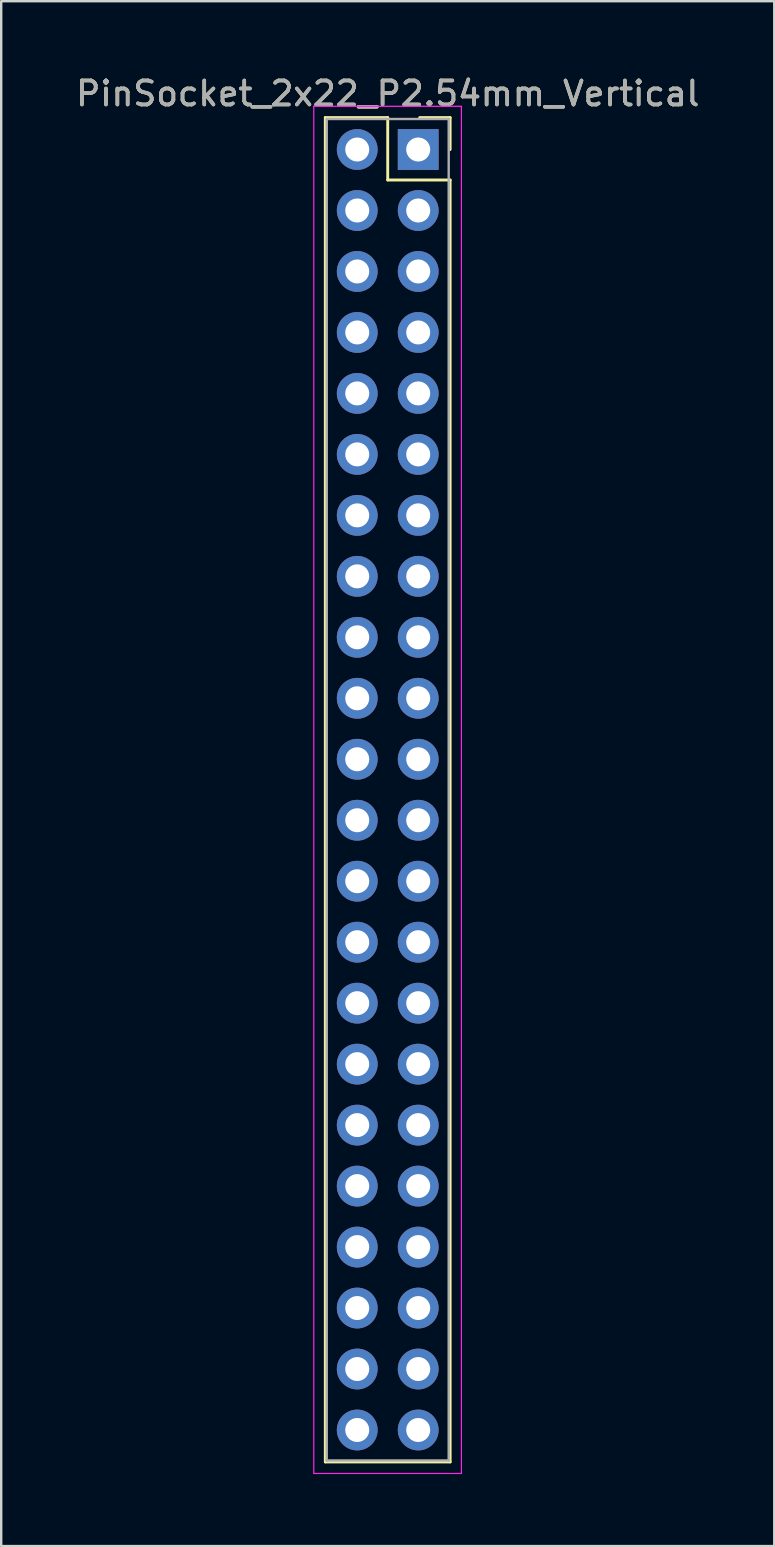
<source format=kicad_pcb>
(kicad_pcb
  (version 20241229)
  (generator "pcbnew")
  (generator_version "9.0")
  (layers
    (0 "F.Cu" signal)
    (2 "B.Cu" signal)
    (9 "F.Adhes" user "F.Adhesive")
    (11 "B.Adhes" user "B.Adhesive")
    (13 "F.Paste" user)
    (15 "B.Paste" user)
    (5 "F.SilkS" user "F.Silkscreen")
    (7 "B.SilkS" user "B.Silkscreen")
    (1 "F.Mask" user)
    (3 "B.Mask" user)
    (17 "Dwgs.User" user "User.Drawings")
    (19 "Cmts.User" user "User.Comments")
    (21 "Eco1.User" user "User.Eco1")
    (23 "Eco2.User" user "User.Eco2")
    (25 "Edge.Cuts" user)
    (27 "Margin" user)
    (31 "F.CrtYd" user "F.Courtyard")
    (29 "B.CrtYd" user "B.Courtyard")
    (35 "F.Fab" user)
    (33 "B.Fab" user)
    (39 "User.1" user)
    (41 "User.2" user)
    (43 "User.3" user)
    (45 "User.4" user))
  (footprint "PinSocket_2x22_P2.54mm_Vertical"
    (layer "F.Cu")
    (at 14.371 3.178)
    (property "Reference" "PinSocket_2x22_P2.54mm_Vertical" (at -1.27 -2.33 0) (layer "F.SilkS") (effects (font (size 1 1) (thickness 0.15))))
    (attr through_hole)
    (fp_line (start -3.87 -1.33) (end -1.27 -1.33) (stroke (width 0.12) (type solid)) (layer "F.SilkS"))
    (fp_line (start -3.87 54.67) (end -3.87 -1.33) (stroke (width 0.12) (type solid)) (layer "F.SilkS"))
    (fp_line (start -1.27 -1.33) (end -1.27 1.27) (stroke (width 0.12) (type solid)) (layer "F.SilkS"))
    (fp_line (start -1.27 1.27) (end 1.33 1.27) (stroke (width 0.12) (type solid)) (layer "F.SilkS"))
    (fp_line (start 1.33 -1.33) (end 0.06 -1.33) (stroke (width 0.12) (type solid)) (layer "F.SilkS"))
    (fp_line (start 1.33 0) (end 1.33 -1.33) (stroke (width 0.12) (type solid)) (layer "F.SilkS"))
    (fp_line (start 1.33 1.27) (end 1.33 54.67) (stroke (width 0.12) (type solid)) (layer "F.SilkS"))
    (fp_line (start 1.33 54.67) (end -3.87 54.67) (stroke (width 0.12) (type solid)) (layer "F.SilkS"))
    (fp_line (start -4.35 -1.8) (end -4.35 55.15) (stroke (width 0.05) (type solid)) (layer "F.CrtYd"))
    (fp_line (start -4.35 55.15) (end 1.8 55.15) (stroke (width 0.05) (type solid)) (layer "F.CrtYd"))
    (fp_line (start 1.8 -1.8) (end -4.35 -1.8) (stroke (width 0.05) (type solid)) (layer "F.CrtYd"))
    (fp_line (start 1.8 55.15) (end 1.8 -1.8) (stroke (width 0.05) (type solid)) (layer "F.CrtYd"))
    (fp_line (start -3.81 -1.27) (end -3.81 54.61) (stroke (width 0.1) (type solid)) (layer "F.Fab"))
    (fp_line (start -3.81 54.61) (end 1.27 54.61) (stroke (width 0.1) (type solid)) (layer "F.Fab"))
    (fp_line (start 1.27 -1.27) (end -3.81 -1.27) (stroke (width 0.1) (type solid)) (layer "F.Fab"))
    (fp_line (start 1.27 54.61) (end 1.27 -1.27) (stroke (width 0.1) (type solid)) (layer "F.Fab"))
    (fp_text user "${REFERENCE}" (at -1.27 -2.33 0) (layer "F.Fab") (effects (font (size 1 1) (thickness 0.15))))
    (pad "1" thru_hole rect (at 0 0) (size 1.7 1.7) (drill 1) (layers "*.Cu" "*.Mask"))
    (pad "2" thru_hole oval (at -2.54 0) (size 1.7 1.7) (drill 1) (layers "*.Cu" "*.Mask"))
    (pad "3" thru_hole oval (at 0 2.54) (size 1.7 1.7) (drill 1) (layers "*.Cu" "*.Mask"))
    (pad "4" thru_hole oval (at -2.54 2.54) (size 1.7 1.7) (drill 1) (layers "*.Cu" "*.Mask"))
    (pad "5" thru_hole oval (at 0 5.08) (size 1.7 1.7) (drill 1) (layers "*.Cu" "*.Mask"))
    (pad "6" thru_hole oval (at -2.54 5.08) (size 1.7 1.7) (drill 1) (layers "*.Cu" "*.Mask"))
    (pad "7" thru_hole oval (at 0 7.62) (size 1.7 1.7) (drill 1) (layers "*.Cu" "*.Mask"))
    (pad "8" thru_hole oval (at -2.54 7.62) (size 1.7 1.7) (drill 1) (layers "*.Cu" "*.Mask"))
    (pad "9" thru_hole oval (at 0 10.16) (size 1.7 1.7) (drill 1) (layers "*.Cu" "*.Mask"))
    (pad "10" thru_hole oval (at -2.54 10.16) (size 1.7 1.7) (drill 1) (layers "*.Cu" "*.Mask"))
    (pad "11" thru_hole oval (at 0 12.7) (size 1.7 1.7) (drill 1) (layers "*.Cu" "*.Mask"))
    (pad "12" thru_hole oval (at -2.54 12.7) (size 1.7 1.7) (drill 1) (layers "*.Cu" "*.Mask"))
    (pad "13" thru_hole oval (at 0 15.24) (size 1.7 1.7) (drill 1) (layers "*.Cu" "*.Mask"))
    (pad "14" thru_hole oval (at -2.54 15.24) (size 1.7 1.7) (drill 1) (layers "*.Cu" "*.Mask"))
    (pad "15" thru_hole oval (at 0 17.78) (size 1.7 1.7) (drill 1) (layers "*.Cu" "*.Mask"))
    (pad "16" thru_hole oval (at -2.54 17.78) (size 1.7 1.7) (drill 1) (layers "*.Cu" "*.Mask"))
    (pad "17" thru_hole oval (at 0 20.32) (size 1.7 1.7) (drill 1) (layers "*.Cu" "*.Mask"))
    (pad "18" thru_hole oval (at -2.54 20.32) (size 1.7 1.7) (drill 1) (layers "*.Cu" "*.Mask"))
    (pad "19" thru_hole oval (at 0 22.86) (size 1.7 1.7) (drill 1) (layers "*.Cu" "*.Mask"))
    (pad "20" thru_hole oval (at -2.54 22.86) (size 1.7 1.7) (drill 1) (layers "*.Cu" "*.Mask"))
    (pad "21" thru_hole oval (at 0 25.4) (size 1.7 1.7) (drill 1) (layers "*.Cu" "*.Mask"))
    (pad "22" thru_hole oval (at -2.54 25.4) (size 1.7 1.7) (drill 1) (layers "*.Cu" "*.Mask"))
    (pad "23" thru_hole oval (at 0 27.94) (size 1.7 1.7) (drill 1) (layers "*.Cu" "*.Mask"))
    (pad "24" thru_hole oval (at -2.54 27.94) (size 1.7 1.7) (drill 1) (layers "*.Cu" "*.Mask"))
    (pad "25" thru_hole oval (at 0 30.48) (size 1.7 1.7) (drill 1) (layers "*.Cu" "*.Mask"))
    (pad "26" thru_hole oval (at -2.54 30.48) (size 1.7 1.7) (drill 1) (layers "*.Cu" "*.Mask"))
    (pad "27" thru_hole oval (at 0 33.02) (size 1.7 1.7) (drill 1) (layers "*.Cu" "*.Mask"))
    (pad "28" thru_hole oval (at -2.54 33.02) (size 1.7 1.7) (drill 1) (layers "*.Cu" "*.Mask"))
    (pad "29" thru_hole oval (at 0 35.56) (size 1.7 1.7) (drill 1) (layers "*.Cu" "*.Mask"))
    (pad "30" thru_hole oval (at -2.54 35.56) (size 1.7 1.7) (drill 1) (layers "*.Cu" "*.Mask"))
    (pad "31" thru_hole oval (at 0 38.1) (size 1.7 1.7) (drill 1) (layers "*.Cu" "*.Mask"))
    (pad "32" thru_hole oval (at -2.54 38.1) (size 1.7 1.7) (drill 1) (layers "*.Cu" "*.Mask"))
    (pad "33" thru_hole oval (at 0 40.64) (size 1.7 1.7) (drill 1) (layers "*.Cu" "*.Mask"))
    (pad "34" thru_hole oval (at -2.54 40.64) (size 1.7 1.7) (drill 1) (layers "*.Cu" "*.Mask"))
    (pad "35" thru_hole oval (at 0 43.18) (size 1.7 1.7) (drill 1) (layers "*.Cu" "*.Mask"))
    (pad "36" thru_hole oval (at -2.54 43.18) (size 1.7 1.7) (drill 1) (layers "*.Cu" "*.Mask"))
    (pad "37" thru_hole oval (at 0 45.72) (size 1.7 1.7) (drill 1) (layers "*.Cu" "*.Mask"))
    (pad "38" thru_hole oval (at -2.54 45.72) (size 1.7 1.7) (drill 1) (layers "*.Cu" "*.Mask"))
    (pad "39" thru_hole oval (at 0 48.26) (size 1.7 1.7) (drill 1) (layers "*.Cu" "*.Mask"))
    (pad "40" thru_hole oval (at -2.54 48.26) (size 1.7 1.7) (drill 1) (layers "*.Cu" "*.Mask"))
    (pad "41" thru_hole oval (at 0 50.8) (size 1.7 1.7) (drill 1) (layers "*.Cu" "*.Mask"))
    (pad "42" thru_hole oval (at -2.54 50.8) (size 1.7 1.7) (drill 1) (layers "*.Cu" "*.Mask"))
    (pad "43" thru_hole oval (at 0 53.34) (size 1.7 1.7) (drill 1) (layers "*.Cu" "*.Mask"))
    (pad "44" thru_hole oval (at -2.54 53.34) (size 1.7 1.7) (drill 1) (layers "*.Cu" "*.Mask")))
  (gr_rect
    (start -3 -3)
    (end 29.202 61.353)
    (stroke (width 0.1) (type default))
    (fill no)
    (layer "Edge.Cuts")))
</source>
